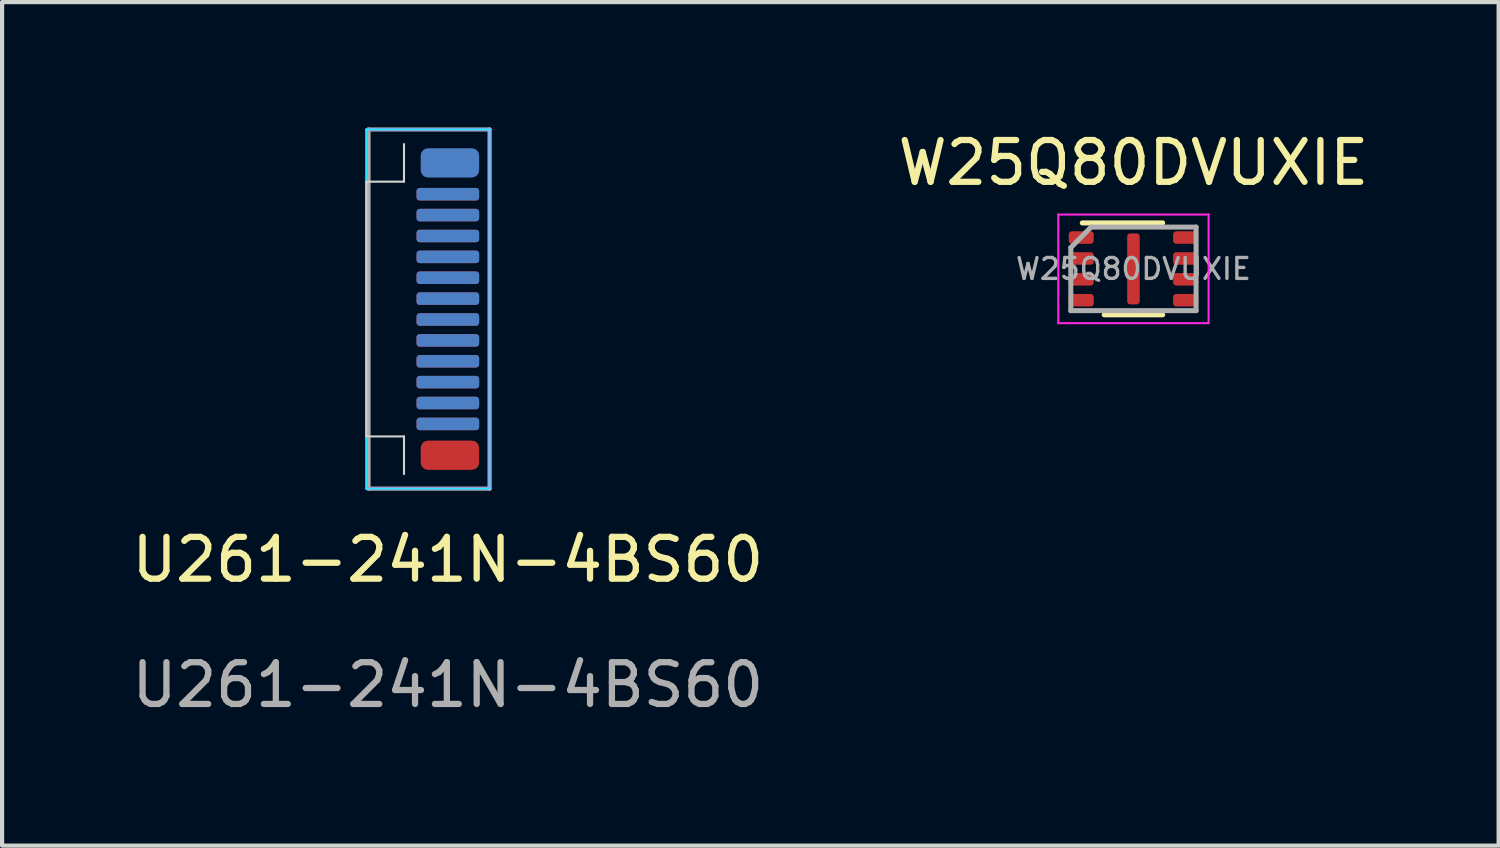
<source format=kicad_pcb>
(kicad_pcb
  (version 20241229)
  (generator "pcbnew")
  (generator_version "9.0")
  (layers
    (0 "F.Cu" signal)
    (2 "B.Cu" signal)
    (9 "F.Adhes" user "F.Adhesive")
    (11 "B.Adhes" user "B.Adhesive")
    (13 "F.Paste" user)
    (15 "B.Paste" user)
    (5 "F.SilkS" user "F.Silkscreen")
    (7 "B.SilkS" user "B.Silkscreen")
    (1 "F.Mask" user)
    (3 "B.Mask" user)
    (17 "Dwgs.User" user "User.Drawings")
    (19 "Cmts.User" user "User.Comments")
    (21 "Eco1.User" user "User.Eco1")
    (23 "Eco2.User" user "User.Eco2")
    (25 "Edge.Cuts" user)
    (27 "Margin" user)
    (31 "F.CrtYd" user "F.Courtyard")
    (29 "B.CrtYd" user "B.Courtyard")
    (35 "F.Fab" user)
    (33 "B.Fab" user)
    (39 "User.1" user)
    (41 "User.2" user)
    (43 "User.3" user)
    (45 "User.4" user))
  (footprint "W25Q80DVUXIE"
    (layer "F.Cu")
    (at 24.089 3.388)
    (property "Reference" "W25Q80DVUXIE" (at 0 -2.54 0) (unlocked yes) (layer "F.SilkS") (effects (font (size 1 1) (thickness 0.15))))
    (attr smd)
    (fp_line (start 0.7 -1.1) (end -1.225 -1.1) (stroke (width 0.12) (type solid)) (layer "F.SilkS"))
    (fp_line (start 0.7 1.1) (end -0.7 1.1) (stroke (width 0.12) (type solid)) (layer "F.SilkS"))
    (fp_rect (start -1.65 -0.65) (end -1.1 -0.85) (stroke (width 0) (type solid)) (fill yes) (layer "F.Paste"))
    (fp_rect (start -1.65 -0.15) (end -1.1 -0.35) (stroke (width 0) (type solid)) (fill yes) (layer "F.Paste"))
    (fp_rect (start -1.65 0.35) (end -1.1 0.15) (stroke (width 0) (type solid)) (fill yes) (layer "F.Paste"))
    (fp_rect (start -1.65 0.85) (end -1.1 0.65) (stroke (width 0) (type solid)) (fill yes) (layer "F.Paste"))
    (fp_rect (start 0.1 -0.6) (end -0.1 -0.1) (stroke (width 0) (type solid)) (fill yes) (layer "F.Paste"))
    (fp_rect (start 0.1 0.1) (end -0.1 0.6) (stroke (width 0) (type solid)) (fill yes) (layer "F.Paste"))
    (fp_rect (start 1.1 -0.65) (end 1.65 -0.85) (stroke (width 0) (type solid)) (fill yes) (layer "F.Paste"))
    (fp_rect (start 1.1 -0.15) (end 1.65 -0.35) (stroke (width 0) (type solid)) (fill yes) (layer "F.Paste"))
    (fp_rect (start 1.1 0.35) (end 1.65 0.15) (stroke (width 0) (type solid)) (fill yes) (layer "F.Paste"))
    (fp_rect (start 1.1 0.85) (end 1.65 0.65) (stroke (width 0) (type solid)) (fill yes) (layer "F.Paste"))
    (fp_line (start -1.8 -1.3) (end 1.8 -1.3) (stroke (width 0.05) (type solid)) (layer "F.CrtYd"))
    (fp_line (start -1.8 1.3) (end -1.8 -1.3) (stroke (width 0.05) (type solid)) (layer "F.CrtYd"))
    (fp_line (start 1.8 -1.3) (end 1.8 1.3) (stroke (width 0.05) (type solid)) (layer "F.CrtYd"))
    (fp_line (start 1.8 1.3) (end -1.8 1.3) (stroke (width 0.05) (type solid)) (layer "F.CrtYd"))
    (fp_line (start -1.5 -0.508) (end -1.5 1) (stroke (width 0.12) (type solid)) (layer "F.Fab"))
    (fp_line (start -1.5 -0.508) (end -1.016 -1) (stroke (width 0.12) (type solid)) (layer "F.Fab"))
    (fp_line (start 1.5 -1) (end -1.016 -1) (stroke (width 0.12) (type solid)) (layer "F.Fab"))
    (fp_line (start 1.5 -1) (end 1.5 1) (stroke (width 0.12) (type solid)) (layer "F.Fab"))
    (fp_line (start 1.5 1) (end -1.5 1) (stroke (width 0.12) (type solid)) (layer "F.Fab"))
    (fp_text user "${REFERENCE}" (at 0 0 0) (unlocked yes) (layer "F.Fab") (effects (font (size 0.5 0.5) (thickness 0.08))))
    (pad "1" smd roundrect (at -1.25 -0.75) (size 0.6 0.3) (layers "F.Cu" "F.Mask") (roundrect_rratio 0.25))
    (pad "2" smd roundrect (at -1.25 -0.25) (size 0.6 0.3) (layers "F.Cu" "F.Mask") (roundrect_rratio 0.25))
    (pad "3" smd roundrect (at -1.25 0.25) (size 0.6 0.3) (layers "F.Cu" "F.Mask") (roundrect_rratio 0.25))
    (pad "4" smd roundrect (at -1.25 0.75) (size 0.6 0.3) (layers "F.Cu" "F.Mask") (roundrect_rratio 0.25))
    (pad "5" smd roundrect (at 1.25 0.75) (size 0.6 0.3) (layers "F.Cu" "F.Mask") (roundrect_rratio 0.25))
    (pad "6" smd roundrect (at 1.25 0.25) (size 0.6 0.3) (layers "F.Cu" "F.Mask") (roundrect_rratio 0.25))
    (pad "7" smd roundrect (at 1.25 -0.25) (size 0.6 0.3) (layers "F.Cu" "F.Mask") (roundrect_rratio 0.25))
    (pad "8" smd roundrect (at 1.25 -0.75) (size 0.6 0.3) (layers "F.Cu" "F.Mask") (roundrect_rratio 0.25))
    (pad "9" smd roundrect (at 0 0 180) (size 0.3 1.7) (layers "F.Cu" "F.Mask") (roundrect_rratio 0.25)))
  (footprint "U261-241N-4BS60"
    (layer "F.Cu")
    (at 7.673 4.35)
    (property "Reference" "U261-241N-4BS60" (at 0 6 0) (unlocked yes) (layer "F.SilkS") (effects (font (size 1 1) (thickness 0.15))))
    (attr smd)
    (fp_line (start -1.95 -3.05) (end -1.95 3.05) (stroke (width 0.05) (type solid)) (layer "Edge.Cuts"))
    (fp_line (start -1.95 -3.05) (end -1.05 -3.05) (stroke (width 0.05) (type solid)) (layer "Edge.Cuts"))
    (fp_line (start -1.95 3.05) (end -1.05 3.05) (stroke (width 0.05) (type solid)) (layer "Edge.Cuts"))
    (fp_line (start -1.05 -3.05) (end -1.05 -3.95) (stroke (width 0.05) (type solid)) (layer "Edge.Cuts"))
    (fp_line (start -1.05 3.95) (end -1.05 3.05) (stroke (width 0.05) (type solid)) (layer "Edge.Cuts"))
    (fp_line (start -1.95 -4.3) (end -1.95 4.3) (stroke (width 0.05) (type solid)) (layer "B.CrtYd"))
    (fp_line (start -1.95 -4.3) (end 1 -4.3) (stroke (width 0.05) (type solid)) (layer "B.CrtYd"))
    (fp_line (start -1.95 4.3) (end 1 4.3) (stroke (width 0.05) (type solid)) (layer "B.CrtYd"))
    (fp_line (start 1 -4.3) (end 1 4.3) (stroke (width 0.05) (type solid)) (layer "B.CrtYd"))
    (fp_line (start -1.95 -4.3) (end -1.95 4.3) (stroke (width 0.05) (type solid)) (layer "F.CrtYd"))
    (fp_line (start 1 -4.3) (end -1.95 -4.3) (stroke (width 0.05) (type solid)) (layer "F.CrtYd"))
    (fp_line (start 1 -4.3) (end 1 4.3) (stroke (width 0.05) (type solid)) (layer "F.CrtYd"))
    (fp_line (start 1 4.3) (end -1.95 4.3) (stroke (width 0.05) (type solid)) (layer "F.CrtYd"))
    (fp_line (start -1.9 -4.3) (end 1 -4.3) (stroke (width 0.1) (type solid)) (layer "F.Fab"))
    (fp_line (start -1.9 4.3) (end -1.9 -4.3) (stroke (width 0.1) (type solid)) (layer "F.Fab"))
    (fp_line (start -1.9 4.3) (end 1 4.3) (stroke (width 0.1) (type solid)) (layer "F.Fab"))
    (fp_line (start 1 -4.3) (end 1 4.3) (stroke (width 0.1) (type solid)) (layer "F.Fab"))
    (fp_text user "${REFERENCE}" (at 0 9 0) (unlocked yes) (layer "F.Fab") (effects (font (size 1 1) (thickness 0.15))))
    (pad "A1" smd roundrect (at 0 2.75 180) (size 1.5 0.3) (layers "F.Cu" "F.Mask" "F.Paste") (roundrect_rratio 0.25))
    (pad "A2" smd roundrect (at 0 2.25 180) (size 1.5 0.3) (layers "F.Cu" "F.Mask" "F.Paste") (roundrect_rratio 0.25))
    (pad "A3" smd roundrect (at 0 1.75 180) (size 1.5 0.3) (layers "F.Cu" "F.Mask" "F.Paste") (roundrect_rratio 0.25))
    (pad "A4" smd roundrect (at 0 1.25 180) (size 1.5 0.3) (layers "F.Cu" "F.Mask" "F.Paste") (roundrect_rratio 0.25))
    (pad "A5" smd roundrect (at 0 0.75 180) (size 1.5 0.3) (layers "F.Cu" "F.Mask" "F.Paste") (roundrect_rratio 0.25))
    (pad "A6" smd roundrect (at 0 0.25 180) (size 1.5 0.3) (layers "F.Cu" "F.Mask" "F.Paste") (roundrect_rratio 0.25))
    (pad "A7" smd roundrect (at 0 -0.25 180) (size 1.5 0.3) (layers "F.Cu" "F.Mask" "F.Paste") (roundrect_rratio 0.25))
    (pad "A8" smd roundrect (at 0 -0.75 180) (size 1.5 0.3) (layers "F.Cu" "F.Mask" "F.Paste") (roundrect_rratio 0.25))
    (pad "A9" smd roundrect (at 0 -1.25 180) (size 1.5 0.3) (layers "F.Cu" "F.Mask" "F.Paste") (roundrect_rratio 0.25))
    (pad "A10" smd roundrect (at 0 -1.75 180) (size 1.5 0.3) (layers "F.Cu" "F.Mask" "F.Paste") (roundrect_rratio 0.25))
    (pad "A11" smd roundrect (at 0 -2.25 180) (size 1.5 0.3) (layers "F.Cu" "F.Mask" "F.Paste") (roundrect_rratio 0.25))
    (pad "A12" smd roundrect (at 0 -2.75 180) (size 1.5 0.3) (layers "F.Cu" "F.Mask" "F.Paste") (roundrect_rratio 0.25))
    (pad "B1" smd roundrect (at 0 -2.75) (size 1.5 0.3) (layers "B.Cu" "B.Mask" "B.Paste") (roundrect_rratio 0.25))
    (pad "B2" smd roundrect (at 0 -2.25) (size 1.5 0.3) (layers "B.Cu" "B.Mask" "B.Paste") (roundrect_rratio 0.25))
    (pad "B3" smd roundrect (at 0 -1.75) (size 1.5 0.3) (layers "B.Cu" "B.Mask" "B.Paste") (roundrect_rratio 0.25))
    (pad "B4" smd roundrect (at 0 -1.25) (size 1.5 0.3) (layers "B.Cu" "B.Mask" "B.Paste") (roundrect_rratio 0.25))
    (pad "B5" smd roundrect (at 0 -0.75) (size 1.5 0.3) (layers "B.Cu" "B.Mask" "B.Paste") (roundrect_rratio 0.25))
    (pad "B6" smd roundrect (at 0 -0.25) (size 1.5 0.3) (layers "B.Cu" "B.Mask" "B.Paste") (roundrect_rratio 0.25))
    (pad "B7" smd roundrect (at 0 0.25) (size 1.5 0.3) (layers "B.Cu" "B.Mask" "B.Paste") (roundrect_rratio 0.25))
    (pad "B8" smd roundrect (at 0 0.75) (size 1.5 0.3) (layers "B.Cu" "B.Mask" "B.Paste") (roundrect_rratio 0.25))
    (pad "B9" smd roundrect (at 0 1.25) (size 1.5 0.3) (layers "B.Cu" "B.Mask" "B.Paste") (roundrect_rratio 0.25))
    (pad "B10" smd roundrect (at 0 1.75) (size 1.5 0.3) (layers "B.Cu" "B.Mask" "B.Paste") (roundrect_rratio 0.25))
    (pad "B11" smd roundrect (at 0 2.25) (size 1.5 0.3) (layers "B.Cu" "B.Mask" "B.Paste") (roundrect_rratio 0.25))
    (pad "B12" smd roundrect (at 0 2.75) (size 1.5 0.3) (layers "B.Cu" "B.Mask" "B.Paste") (roundrect_rratio 0.25))
    (pad "S1" smd roundrect (at 0.05 -3.5) (size 1.4 0.7) (layers "B.Cu" "B.Mask" "B.Paste") (roundrect_rratio 0.25))
    (pad "S1" smd roundrect (at 0.05 3.5 180) (size 1.4 0.7) (layers "F.Cu" "F.Mask" "F.Paste") (roundrect_rratio 0.25)))
  (gr_rect
    (start -3 -3)
    (end 32.833 17.198)
    (stroke (width 0.1) (type default))
    (fill no)
    (layer "Edge.Cuts")))
</source>
